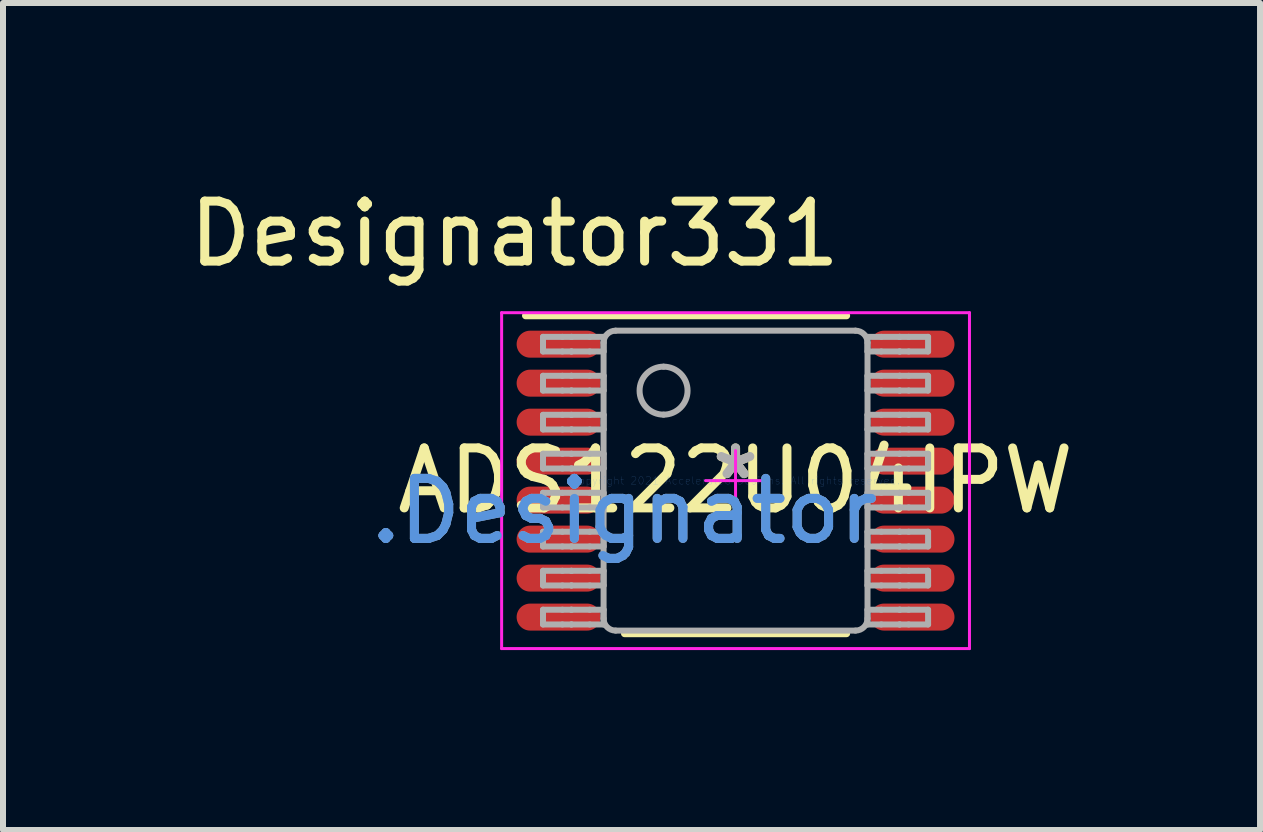
<source format=kicad_pcb>
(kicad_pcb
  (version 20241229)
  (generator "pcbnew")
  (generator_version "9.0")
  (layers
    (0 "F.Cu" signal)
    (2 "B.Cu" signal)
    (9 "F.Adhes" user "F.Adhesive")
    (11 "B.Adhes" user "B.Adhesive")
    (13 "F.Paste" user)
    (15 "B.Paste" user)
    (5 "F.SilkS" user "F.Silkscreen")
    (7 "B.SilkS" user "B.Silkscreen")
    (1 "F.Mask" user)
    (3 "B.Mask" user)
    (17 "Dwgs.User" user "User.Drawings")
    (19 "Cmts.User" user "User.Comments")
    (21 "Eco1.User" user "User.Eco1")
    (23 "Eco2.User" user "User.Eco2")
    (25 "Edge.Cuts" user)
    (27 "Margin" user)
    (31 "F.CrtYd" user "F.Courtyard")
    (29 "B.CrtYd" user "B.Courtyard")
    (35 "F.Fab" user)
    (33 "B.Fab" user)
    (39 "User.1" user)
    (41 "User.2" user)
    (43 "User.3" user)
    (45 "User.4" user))
  (footprint "ADS122U04IPW"
    (layer "F.Cu")
    (at 9.213 4.963)
    (property "Reference" "ADS122U04IPW" (at 0 0 0) (layer "F.SilkS") (effects (font (size 1 1) (thickness 0.15))))
    (attr through_hole)
    (fp_line (start -3.5 -2.75) (end 1.85 -2.75) (stroke (width 0.12) (type solid)) (layer "F.SilkS"))
    (fp_line (start -1.85 2.55) (end 1.85 2.55) (stroke (width 0.12) (type solid)) (layer "F.SilkS"))
    (fp_line (start -3.9 -2.8) (end 3.9 -2.8) (stroke (width 0.05) (type solid)) (layer "F.CrtYd"))
    (fp_line (start -3.9 2.8) (end -3.9 -2.8) (stroke (width 0.05) (type solid)) (layer "F.CrtYd"))
    (fp_line (start -3.9 2.8) (end 3.9 2.8) (stroke (width 0.05) (type solid)) (layer "F.CrtYd"))
    (fp_line (start -0.5 0) (end 0.5 0) (stroke (width 0.05) (type solid)) (layer "F.CrtYd"))
    (fp_line (start 0 0.5) (end 0 -0.5) (stroke (width 0.05) (type solid)) (layer "F.CrtYd"))
    (fp_line (start 3.9 2.8) (end 3.9 -2.8) (stroke (width 0.05) (type solid)) (layer "F.CrtYd"))
    (fp_line (start -3.21 -2.397) (end -2.887 -2.397) (stroke (width 0.1) (type solid)) (layer "F.Fab"))
    (fp_line (start -3.21 -2.153) (end -3.21 -2.397) (stroke (width 0.1) (type solid)) (layer "F.Fab"))
    (fp_line (start -3.21 -2.153) (end -2.887 -2.153) (stroke (width 0.1) (type solid)) (layer "F.Fab"))
    (fp_line (start -3.21 -1.748) (end -2.887 -1.748) (stroke (width 0.1) (type solid)) (layer "F.Fab"))
    (fp_line (start -3.21 -1.502) (end -3.21 -1.748) (stroke (width 0.1) (type solid)) (layer "F.Fab"))
    (fp_line (start -3.21 -1.502) (end -2.887 -1.502) (stroke (width 0.1) (type solid)) (layer "F.Fab"))
    (fp_line (start -3.21 -1.097) (end -2.887 -1.097) (stroke (width 0.1) (type solid)) (layer "F.Fab"))
    (fp_line (start -3.21 -0.853) (end -3.21 -1.097) (stroke (width 0.1) (type solid)) (layer "F.Fab"))
    (fp_line (start -3.21 -0.853) (end -2.887 -0.853) (stroke (width 0.1) (type solid)) (layer "F.Fab"))
    (fp_line (start -3.21 -0.448) (end -2.887 -0.448) (stroke (width 0.1) (type solid)) (layer "F.Fab"))
    (fp_line (start -3.21 -0.202) (end -3.21 -0.448) (stroke (width 0.1) (type solid)) (layer "F.Fab"))
    (fp_line (start -3.21 -0.202) (end -2.887 -0.202) (stroke (width 0.1) (type solid)) (layer "F.Fab"))
    (fp_line (start -3.21 0.203) (end -2.887 0.203) (stroke (width 0.1) (type solid)) (layer "F.Fab"))
    (fp_line (start -3.21 0.447) (end -3.21 0.203) (stroke (width 0.1) (type solid)) (layer "F.Fab"))
    (fp_line (start -3.21 0.447) (end -2.887 0.447) (stroke (width 0.1) (type solid)) (layer "F.Fab"))
    (fp_line (start -3.21 0.852) (end -2.887 0.852) (stroke (width 0.1) (type solid)) (layer "F.Fab"))
    (fp_line (start -3.21 1.098) (end -3.21 0.852) (stroke (width 0.1) (type solid)) (layer "F.Fab"))
    (fp_line (start -3.21 1.098) (end -2.887 1.098) (stroke (width 0.1) (type solid)) (layer "F.Fab"))
    (fp_line (start -3.21 1.503) (end -2.887 1.503) (stroke (width 0.1) (type solid)) (layer "F.Fab"))
    (fp_line (start -3.21 1.748) (end -3.21 1.503) (stroke (width 0.1) (type solid)) (layer "F.Fab"))
    (fp_line (start -3.21 1.748) (end -2.887 1.748) (stroke (width 0.1) (type solid)) (layer "F.Fab"))
    (fp_line (start -3.21 2.152) (end -2.887 2.152) (stroke (width 0.1) (type solid)) (layer "F.Fab"))
    (fp_line (start -3.21 2.398) (end -3.21 2.152) (stroke (width 0.1) (type solid)) (layer "F.Fab"))
    (fp_line (start -3.21 2.398) (end -2.887 2.398) (stroke (width 0.1) (type solid)) (layer "F.Fab"))
    (fp_line (start -2.887 -2.397) (end -2.739 -2.397) (stroke (width 0.1) (type solid)) (layer "F.Fab"))
    (fp_line (start -2.887 -2.153) (end -2.739 -2.153) (stroke (width 0.1) (type solid)) (layer "F.Fab"))
    (fp_line (start -2.887 -1.748) (end -2.739 -1.748) (stroke (width 0.1) (type solid)) (layer "F.Fab"))
    (fp_line (start -2.887 -1.502) (end -2.739 -1.502) (stroke (width 0.1) (type solid)) (layer "F.Fab"))
    (fp_line (start -2.887 -1.097) (end -2.739 -1.097) (stroke (width 0.1) (type solid)) (layer "F.Fab"))
    (fp_line (start -2.887 -0.853) (end -2.739 -0.853) (stroke (width 0.1) (type solid)) (layer "F.Fab"))
    (fp_line (start -2.887 -0.448) (end -2.739 -0.448) (stroke (width 0.1) (type solid)) (layer "F.Fab"))
    (fp_line (start -2.887 -0.202) (end -2.739 -0.202) (stroke (width 0.1) (type solid)) (layer "F.Fab"))
    (fp_line (start -2.887 0.203) (end -2.739 0.203) (stroke (width 0.1) (type solid)) (layer "F.Fab"))
    (fp_line (start -2.887 0.447) (end -2.739 0.447) (stroke (width 0.1) (type solid)) (layer "F.Fab"))
    (fp_line (start -2.887 0.852) (end -2.739 0.852) (stroke (width 0.1) (type solid)) (layer "F.Fab"))
    (fp_line (start -2.887 1.098) (end -2.739 1.098) (stroke (width 0.1) (type solid)) (layer "F.Fab"))
    (fp_line (start -2.887 1.503) (end -2.739 1.503) (stroke (width 0.1) (type solid)) (layer "F.Fab"))
    (fp_line (start -2.887 1.748) (end -2.739 1.748) (stroke (width 0.1) (type solid)) (layer "F.Fab"))
    (fp_line (start -2.887 2.152) (end -2.739 2.152) (stroke (width 0.1) (type solid)) (layer "F.Fab"))
    (fp_line (start -2.887 2.398) (end -2.739 2.398) (stroke (width 0.1) (type solid)) (layer "F.Fab"))
    (fp_line (start -2.739 -2.397) (end -2.733 -2.397) (stroke (width 0.1) (type solid)) (layer "F.Fab"))
    (fp_line (start -2.739 -2.153) (end -2.733 -2.153) (stroke (width 0.1) (type solid)) (layer "F.Fab"))
    (fp_line (start -2.739 -1.748) (end -2.733 -1.748) (stroke (width 0.1) (type solid)) (layer "F.Fab"))
    (fp_line (start -2.739 -1.502) (end -2.733 -1.502) (stroke (width 0.1) (type solid)) (layer "F.Fab"))
    (fp_line (start -2.739 -1.097) (end -2.733 -1.097) (stroke (width 0.1) (type solid)) (layer "F.Fab"))
    (fp_line (start -2.739 -0.853) (end -2.733 -0.853) (stroke (width 0.1) (type solid)) (layer "F.Fab"))
    (fp_line (start -2.739 -0.448) (end -2.733 -0.448) (stroke (width 0.1) (type solid)) (layer "F.Fab"))
    (fp_line (start -2.739 -0.202) (end -2.733 -0.202) (stroke (width 0.1) (type solid)) (layer "F.Fab"))
    (fp_line (start -2.739 0.203) (end -2.733 0.203) (stroke (width 0.1) (type solid)) (layer "F.Fab"))
    (fp_line (start -2.739 0.447) (end -2.733 0.447) (stroke (width 0.1) (type solid)) (layer "F.Fab"))
    (fp_line (start -2.739 0.852) (end -2.733 0.852) (stroke (width 0.1) (type solid)) (layer "F.Fab"))
    (fp_line (start -2.739 1.098) (end -2.733 1.098) (stroke (width 0.1) (type solid)) (layer "F.Fab"))
    (fp_line (start -2.739 1.503) (end -2.733 1.503) (stroke (width 0.1) (type solid)) (layer "F.Fab"))
    (fp_line (start -2.739 1.748) (end -2.733 1.748) (stroke (width 0.1) (type solid)) (layer "F.Fab"))
    (fp_line (start -2.739 2.152) (end -2.733 2.152) (stroke (width 0.1) (type solid)) (layer "F.Fab"))
    (fp_line (start -2.739 2.398) (end -2.733 2.398) (stroke (width 0.1) (type solid)) (layer "F.Fab"))
    (fp_line (start -2.733 -2.397) (end -2.431 -2.397) (stroke (width 0.1) (type solid)) (layer "F.Fab"))
    (fp_line (start -2.733 -2.153) (end -2.431 -2.153) (stroke (width 0.1) (type solid)) (layer "F.Fab"))
    (fp_line (start -2.733 -1.748) (end -2.431 -1.748) (stroke (width 0.1) (type solid)) (layer "F.Fab"))
    (fp_line (start -2.733 -1.502) (end -2.431 -1.502) (stroke (width 0.1) (type solid)) (layer "F.Fab"))
    (fp_line (start -2.733 -1.097) (end -2.431 -1.097) (stroke (width 0.1) (type solid)) (layer "F.Fab"))
    (fp_line (start -2.733 -0.853) (end -2.431 -0.853) (stroke (width 0.1) (type solid)) (layer "F.Fab"))
    (fp_line (start -2.733 -0.448) (end -2.431 -0.448) (stroke (width 0.1) (type solid)) (layer "F.Fab"))
    (fp_line (start -2.733 -0.202) (end -2.431 -0.202) (stroke (width 0.1) (type solid)) (layer "F.Fab"))
    (fp_line (start -2.733 0.203) (end -2.431 0.203) (stroke (width 0.1) (type solid)) (layer "F.Fab"))
    (fp_line (start -2.733 0.447) (end -2.431 0.447) (stroke (width 0.1) (type solid)) (layer "F.Fab"))
    (fp_line (start -2.733 0.852) (end -2.431 0.852) (stroke (width 0.1) (type solid)) (layer "F.Fab"))
    (fp_line (start -2.733 1.098) (end -2.431 1.098) (stroke (width 0.1) (type solid)) (layer "F.Fab"))
    (fp_line (start -2.733 1.503) (end -2.431 1.503) (stroke (width 0.1) (type solid)) (layer "F.Fab"))
    (fp_line (start -2.733 1.748) (end -2.431 1.748) (stroke (width 0.1) (type solid)) (layer "F.Fab"))
    (fp_line (start -2.733 2.152) (end -2.431 2.152) (stroke (width 0.1) (type solid)) (layer "F.Fab"))
    (fp_line (start -2.733 2.398) (end -2.431 2.398) (stroke (width 0.1) (type solid)) (layer "F.Fab"))
    (fp_line (start -2.431 -2.397) (end -2.2 -2.397) (stroke (width 0.1) (type solid)) (layer "F.Fab"))
    (fp_line (start -2.431 -2.153) (end -2.2 -2.153) (stroke (width 0.1) (type solid)) (layer "F.Fab"))
    (fp_line (start -2.431 -1.748) (end -2.2 -1.748) (stroke (width 0.1) (type solid)) (layer "F.Fab"))
    (fp_line (start -2.431 -1.502) (end -2.2 -1.502) (stroke (width 0.1) (type solid)) (layer "F.Fab"))
    (fp_line (start -2.431 -1.097) (end -2.2 -1.097) (stroke (width 0.1) (type solid)) (layer "F.Fab"))
    (fp_line (start -2.431 -0.853) (end -2.2 -0.853) (stroke (width 0.1) (type solid)) (layer "F.Fab"))
    (fp_line (start -2.431 -0.448) (end -2.2 -0.448) (stroke (width 0.1) (type solid)) (layer "F.Fab"))
    (fp_line (start -2.431 -0.202) (end -2.2 -0.202) (stroke (width 0.1) (type solid)) (layer "F.Fab"))
    (fp_line (start -2.431 0.203) (end -2.2 0.203) (stroke (width 0.1) (type solid)) (layer "F.Fab"))
    (fp_line (start -2.431 0.447) (end -2.2 0.447) (stroke (width 0.1) (type solid)) (layer "F.Fab"))
    (fp_line (start -2.431 0.852) (end -2.2 0.852) (stroke (width 0.1) (type solid)) (layer "F.Fab"))
    (fp_line (start -2.431 1.098) (end -2.2 1.098) (stroke (width 0.1) (type solid)) (layer "F.Fab"))
    (fp_line (start -2.431 1.503) (end -2.2 1.503) (stroke (width 0.1) (type solid)) (layer "F.Fab"))
    (fp_line (start -2.431 1.748) (end -2.2 1.748) (stroke (width 0.1) (type solid)) (layer "F.Fab"))
    (fp_line (start -2.431 2.152) (end -2.2 2.152) (stroke (width 0.1) (type solid)) (layer "F.Fab"))
    (fp_line (start -2.431 2.398) (end -2.2 2.398) (stroke (width 0.1) (type solid)) (layer "F.Fab"))
    (fp_line (start -2.2 -2.153) (end -2.2 -2.397) (stroke (width 0.1) (type solid)) (layer "F.Fab"))
    (fp_line (start -2.2 -1.502) (end -2.2 -1.748) (stroke (width 0.1) (type solid)) (layer "F.Fab"))
    (fp_line (start -2.2 -0.853) (end -2.2 -1.097) (stroke (width 0.1) (type solid)) (layer "F.Fab"))
    (fp_line (start -2.2 -0.202) (end -2.2 -0.448) (stroke (width 0.1) (type solid)) (layer "F.Fab"))
    (fp_line (start -2.2 0.447) (end -2.2 0.203) (stroke (width 0.1) (type solid)) (layer "F.Fab"))
    (fp_line (start -2.2 1.098) (end -2.2 0.852) (stroke (width 0.1) (type solid)) (layer "F.Fab"))
    (fp_line (start -2.2 1.748) (end -2.2 1.503) (stroke (width 0.1) (type solid)) (layer "F.Fab"))
    (fp_line (start -2.2 2.3) (end -2.2 -2.3) (stroke (width 0.1) (type solid)) (layer "F.Fab"))
    (fp_line (start -2.2 2.398) (end -2.2 2.152) (stroke (width 0.1) (type solid)) (layer "F.Fab"))
    (fp_line (start -2 -2.5) (end 2 -2.5) (stroke (width 0.1) (type solid)) (layer "F.Fab"))
    (fp_line (start -2 2.5) (end 2 2.5) (stroke (width 0.1) (type solid)) (layer "F.Fab"))
    (fp_line (start 2.2 -2.397) (end 2.43 -2.397) (stroke (width 0.1) (type solid)) (layer "F.Fab"))
    (fp_line (start 2.2 -2.153) (end 2.2 -2.397) (stroke (width 0.1) (type solid)) (layer "F.Fab"))
    (fp_line (start 2.2 -2.153) (end 2.43 -2.153) (stroke (width 0.1) (type solid)) (layer "F.Fab"))
    (fp_line (start 2.2 -1.748) (end 2.43 -1.748) (stroke (width 0.1) (type solid)) (layer "F.Fab"))
    (fp_line (start 2.2 -1.502) (end 2.2 -1.748) (stroke (width 0.1) (type solid)) (layer "F.Fab"))
    (fp_line (start 2.2 -1.502) (end 2.43 -1.502) (stroke (width 0.1) (type solid)) (layer "F.Fab"))
    (fp_line (start 2.2 -1.097) (end 2.43 -1.097) (stroke (width 0.1) (type solid)) (layer "F.Fab"))
    (fp_line (start 2.2 -0.853) (end 2.2 -1.097) (stroke (width 0.1) (type solid)) (layer "F.Fab"))
    (fp_line (start 2.2 -0.853) (end 2.43 -0.853) (stroke (width 0.1) (type solid)) (layer "F.Fab"))
    (fp_line (start 2.2 -0.448) (end 2.43 -0.448) (stroke (width 0.1) (type solid)) (layer "F.Fab"))
    (fp_line (start 2.2 -0.202) (end 2.2 -0.448) (stroke (width 0.1) (type solid)) (layer "F.Fab"))
    (fp_line (start 2.2 -0.202) (end 2.43 -0.202) (stroke (width 0.1) (type solid)) (layer "F.Fab"))
    (fp_line (start 2.2 0.203) (end 2.43 0.203) (stroke (width 0.1) (type solid)) (layer "F.Fab"))
    (fp_line (start 2.2 0.447) (end 2.2 0.203) (stroke (width 0.1) (type solid)) (layer "F.Fab"))
    (fp_line (start 2.2 0.447) (end 2.43 0.447) (stroke (width 0.1) (type solid)) (layer "F.Fab"))
    (fp_line (start 2.2 0.852) (end 2.43 0.852) (stroke (width 0.1) (type solid)) (layer "F.Fab"))
    (fp_line (start 2.2 1.098) (end 2.2 0.852) (stroke (width 0.1) (type solid)) (layer "F.Fab"))
    (fp_line (start 2.2 1.098) (end 2.43 1.098) (stroke (width 0.1) (type solid)) (layer "F.Fab"))
    (fp_line (start 2.2 1.503) (end 2.43 1.503) (stroke (width 0.1) (type solid)) (layer "F.Fab"))
    (fp_line (start 2.2 1.748) (end 2.2 1.503) (stroke (width 0.1) (type solid)) (layer "F.Fab"))
    (fp_line (start 2.2 1.748) (end 2.43 1.748) (stroke (width 0.1) (type solid)) (layer "F.Fab"))
    (fp_line (start 2.2 2.152) (end 2.43 2.152) (stroke (width 0.1) (type solid)) (layer "F.Fab"))
    (fp_line (start 2.2 2.3) (end 2.2 -2.3) (stroke (width 0.1) (type solid)) (layer "F.Fab"))
    (fp_line (start 2.2 2.398) (end 2.2 2.152) (stroke (width 0.1) (type solid)) (layer "F.Fab"))
    (fp_line (start 2.2 2.398) (end 2.43 2.398) (stroke (width 0.1) (type solid)) (layer "F.Fab"))
    (fp_line (start 2.43 -2.397) (end 2.733 -2.397) (stroke (width 0.1) (type solid)) (layer "F.Fab"))
    (fp_line (start 2.43 -2.153) (end 2.733 -2.153) (stroke (width 0.1) (type solid)) (layer "F.Fab"))
    (fp_line (start 2.43 -1.748) (end 2.733 -1.748) (stroke (width 0.1) (type solid)) (layer "F.Fab"))
    (fp_line (start 2.43 -1.502) (end 2.733 -1.502) (stroke (width 0.1) (type solid)) (layer "F.Fab"))
    (fp_line (start 2.43 -1.097) (end 2.733 -1.097) (stroke (width 0.1) (type solid)) (layer "F.Fab"))
    (fp_line (start 2.43 -0.853) (end 2.733 -0.853) (stroke (width 0.1) (type solid)) (layer "F.Fab"))
    (fp_line (start 2.43 -0.448) (end 2.733 -0.448) (stroke (width 0.1) (type solid)) (layer "F.Fab"))
    (fp_line (start 2.43 -0.202) (end 2.733 -0.202) (stroke (width 0.1) (type solid)) (layer "F.Fab"))
    (fp_line (start 2.43 0.203) (end 2.733 0.203) (stroke (width 0.1) (type solid)) (layer "F.Fab"))
    (fp_line (start 2.43 0.447) (end 2.733 0.447) (stroke (width 0.1) (type solid)) (layer "F.Fab"))
    (fp_line (start 2.43 0.852) (end 2.733 0.852) (stroke (width 0.1) (type solid)) (layer "F.Fab"))
    (fp_line (start 2.43 1.098) (end 2.733 1.098) (stroke (width 0.1) (type solid)) (layer "F.Fab"))
    (fp_line (start 2.43 1.503) (end 2.733 1.503) (stroke (width 0.1) (type solid)) (layer "F.Fab"))
    (fp_line (start 2.43 1.748) (end 2.733 1.748) (stroke (width 0.1) (type solid)) (layer "F.Fab"))
    (fp_line (start 2.43 2.152) (end 2.733 2.152) (stroke (width 0.1) (type solid)) (layer "F.Fab"))
    (fp_line (start 2.43 2.398) (end 2.733 2.398) (stroke (width 0.1) (type solid)) (layer "F.Fab"))
    (fp_line (start 2.733 -2.397) (end 2.739 -2.397) (stroke (width 0.1) (type solid)) (layer "F.Fab"))
    (fp_line (start 2.733 -2.153) (end 2.739 -2.153) (stroke (width 0.1) (type solid)) (layer "F.Fab"))
    (fp_line (start 2.733 -1.748) (end 2.739 -1.748) (stroke (width 0.1) (type solid)) (layer "F.Fab"))
    (fp_line (start 2.733 -1.502) (end 2.739 -1.502) (stroke (width 0.1) (type solid)) (layer "F.Fab"))
    (fp_line (start 2.733 -1.097) (end 2.739 -1.097) (stroke (width 0.1) (type solid)) (layer "F.Fab"))
    (fp_line (start 2.733 -0.853) (end 2.739 -0.853) (stroke (width 0.1) (type solid)) (layer "F.Fab"))
    (fp_line (start 2.733 -0.448) (end 2.739 -0.448) (stroke (width 0.1) (type solid)) (layer "F.Fab"))
    (fp_line (start 2.733 -0.202) (end 2.739 -0.202) (stroke (width 0.1) (type solid)) (layer "F.Fab"))
    (fp_line (start 2.733 0.203) (end 2.739 0.203) (stroke (width 0.1) (type solid)) (layer "F.Fab"))
    (fp_line (start 2.733 0.447) (end 2.739 0.447) (stroke (width 0.1) (type solid)) (layer "F.Fab"))
    (fp_line (start 2.733 0.852) (end 2.739 0.852) (stroke (width 0.1) (type solid)) (layer "F.Fab"))
    (fp_line (start 2.733 1.098) (end 2.739 1.098) (stroke (width 0.1) (type solid)) (layer "F.Fab"))
    (fp_line (start 2.733 1.503) (end 2.739 1.503) (stroke (width 0.1) (type solid)) (layer "F.Fab"))
    (fp_line (start 2.733 1.748) (end 2.739 1.748) (stroke (width 0.1) (type solid)) (layer "F.Fab"))
    (fp_line (start 2.733 2.152) (end 2.739 2.152) (stroke (width 0.1) (type solid)) (layer "F.Fab"))
    (fp_line (start 2.733 2.398) (end 2.739 2.398) (stroke (width 0.1) (type solid)) (layer "F.Fab"))
    (fp_line (start 2.739 -2.397) (end 2.887 -2.397) (stroke (width 0.1) (type solid)) (layer "F.Fab"))
    (fp_line (start 2.739 -2.153) (end 2.887 -2.153) (stroke (width 0.1) (type solid)) (layer "F.Fab"))
    (fp_line (start 2.739 -1.748) (end 2.887 -1.748) (stroke (width 0.1) (type solid)) (layer "F.Fab"))
    (fp_line (start 2.739 -1.502) (end 2.887 -1.502) (stroke (width 0.1) (type solid)) (layer "F.Fab"))
    (fp_line (start 2.739 -1.097) (end 2.887 -1.097) (stroke (width 0.1) (type solid)) (layer "F.Fab"))
    (fp_line (start 2.739 -0.853) (end 2.887 -0.853) (stroke (width 0.1) (type solid)) (layer "F.Fab"))
    (fp_line (start 2.739 -0.448) (end 2.887 -0.448) (stroke (width 0.1) (type solid)) (layer "F.Fab"))
    (fp_line (start 2.739 -0.202) (end 2.887 -0.202) (stroke (width 0.1) (type solid)) (layer "F.Fab"))
    (fp_line (start 2.739 0.203) (end 2.887 0.203) (stroke (width 0.1) (type solid)) (layer "F.Fab"))
    (fp_line (start 2.739 0.447) (end 2.887 0.447) (stroke (width 0.1) (type solid)) (layer "F.Fab"))
    (fp_line (start 2.739 0.852) (end 2.887 0.852) (stroke (width 0.1) (type solid)) (layer "F.Fab"))
    (fp_line (start 2.739 1.098) (end 2.887 1.098) (stroke (width 0.1) (type solid)) (layer "F.Fab"))
    (fp_line (start 2.739 1.503) (end 2.887 1.503) (stroke (width 0.1) (type solid)) (layer "F.Fab"))
    (fp_line (start 2.739 1.748) (end 2.887 1.748) (stroke (width 0.1) (type solid)) (layer "F.Fab"))
    (fp_line (start 2.739 2.152) (end 2.887 2.152) (stroke (width 0.1) (type solid)) (layer "F.Fab"))
    (fp_line (start 2.739 2.398) (end 2.887 2.398) (stroke (width 0.1) (type solid)) (layer "F.Fab"))
    (fp_line (start 2.887 -2.397) (end 3.21 -2.397) (stroke (width 0.1) (type solid)) (layer "F.Fab"))
    (fp_line (start 2.887 -2.153) (end 3.21 -2.153) (stroke (width 0.1) (type solid)) (layer "F.Fab"))
    (fp_line (start 2.887 -1.748) (end 3.21 -1.748) (stroke (width 0.1) (type solid)) (layer "F.Fab"))
    (fp_line (start 2.887 -1.502) (end 3.21 -1.502) (stroke (width 0.1) (type solid)) (layer "F.Fab"))
    (fp_line (start 2.887 -1.097) (end 3.21 -1.097) (stroke (width 0.1) (type solid)) (layer "F.Fab"))
    (fp_line (start 2.887 -0.853) (end 3.21 -0.853) (stroke (width 0.1) (type solid)) (layer "F.Fab"))
    (fp_line (start 2.887 -0.448) (end 3.21 -0.448) (stroke (width 0.1) (type solid)) (layer "F.Fab"))
    (fp_line (start 2.887 -0.202) (end 3.21 -0.202) (stroke (width 0.1) (type solid)) (layer "F.Fab"))
    (fp_line (start 2.887 0.203) (end 3.21 0.203) (stroke (width 0.1) (type solid)) (layer "F.Fab"))
    (fp_line (start 2.887 0.447) (end 3.21 0.447) (stroke (width 0.1) (type solid)) (layer "F.Fab"))
    (fp_line (start 2.887 0.852) (end 3.21 0.852) (stroke (width 0.1) (type solid)) (layer "F.Fab"))
    (fp_line (start 2.887 1.098) (end 3.21 1.098) (stroke (width 0.1) (type solid)) (layer "F.Fab"))
    (fp_line (start 2.887 1.503) (end 3.21 1.503) (stroke (width 0.1) (type solid)) (layer "F.Fab"))
    (fp_line (start 2.887 1.748) (end 3.21 1.748) (stroke (width 0.1) (type solid)) (layer "F.Fab"))
    (fp_line (start 2.887 2.152) (end 3.21 2.152) (stroke (width 0.1) (type solid)) (layer "F.Fab"))
    (fp_line (start 2.887 2.398) (end 3.21 2.398) (stroke (width 0.1) (type solid)) (layer "F.Fab"))
    (fp_line (start 3.21 -2.153) (end 3.21 -2.397) (stroke (width 0.1) (type solid)) (layer "F.Fab"))
    (fp_line (start 3.21 -1.502) (end 3.21 -1.748) (stroke (width 0.1) (type solid)) (layer "F.Fab"))
    (fp_line (start 3.21 -0.853) (end 3.21 -1.097) (stroke (width 0.1) (type solid)) (layer "F.Fab"))
    (fp_line (start 3.21 -0.202) (end 3.21 -0.448) (stroke (width 0.1) (type solid)) (layer "F.Fab"))
    (fp_line (start 3.21 0.447) (end 3.21 0.203) (stroke (width 0.1) (type solid)) (layer "F.Fab"))
    (fp_line (start 3.21 1.098) (end 3.21 0.852) (stroke (width 0.1) (type solid)) (layer "F.Fab"))
    (fp_line (start 3.21 1.748) (end 3.21 1.503) (stroke (width 0.1) (type solid)) (layer "F.Fab"))
    (fp_line (start 3.21 2.398) (end 3.21 2.152) (stroke (width 0.1) (type solid)) (layer "F.Fab"))
    (fp_arc (start -2.200001 -2.3) (mid -2.141422 -2.441421) (end -2.000001 -2.5) (stroke (width 0.1) (type solid)) (layer "F.Fab"))
    (fp_arc (start -2.000001 2.500016) (mid -2.141422 2.441437) (end -2.200001 2.300016) (stroke (width 0.1) (type solid)) (layer "F.Fab"))
    (fp_arc (start -1.200003 -1.900001) (mid -0.800004 -1.500002) (end -1.200003 -1.100003) (stroke (width 0.1) (type solid)) (layer "F.Fab"))
    (fp_arc (start -1.200003 -1.100003) (mid -1.600002 -1.500002) (end -1.200003 -1.900001) (stroke (width 0.1) (type solid)) (layer "F.Fab"))
    (fp_arc (start 1.999991 -2.499999) (mid 2.141412 -2.441421) (end 2.19999 -2.3) (stroke (width 0.1) (type solid)) (layer "F.Fab"))
    (fp_arc (start 2.19999 2.300016) (mid 2.141412 2.441437) (end 1.999991 2.500015) (stroke (width 0.1) (type solid)) (layer "F.Fab"))
    (fp_text user "*" (at 0 0 0) (layer "F.SilkS") (effects (font (size 1 1) (thickness 0.15))))
    (fp_text user "Designator331" (at -3.683 -4.115 0) (layer "F.SilkS") (effects (font (size 1 1) (thickness 0.15))))
    (fp_text user "Copyright 2021 Accelerated Designs. All rights reserved." (at 0 0 0) (layer "Cmts.User") (effects (font (size 0.127 0.127) (thickness 0.002))))
    (fp_text user ".Designator" (at -1.854 0.508 0) (layer "Cmts.User") (effects (font (size 1 1) (thickness 0.15))))
    (fp_text user ".Designator" (at -1.854 0.508 0) (layer "F.Fab") (effects (font (size 1 1) (thickness 0.15))))
    (fp_text user "*" (at 0 0 0) (layer "F.Fab") (effects (font (size 1 1) (thickness 0.15))))
    (pad "1" smd oval (at -2.95 -2.275 90) (size 0.45 1.4) (layers "F.Cu" "F.Mask" "F.Paste"))
    (pad "2" smd oval (at -2.95 -1.625 90) (size 0.45 1.4) (layers "F.Cu" "F.Mask" "F.Paste"))
    (pad "3" smd oval (at -2.95 -0.975 90) (size 0.45 1.4) (layers "F.Cu" "F.Mask" "F.Paste"))
    (pad "4" smd oval (at -2.95 -0.325 90) (size 0.45 1.4) (layers "F.Cu" "F.Mask" "F.Paste"))
    (pad "5" smd oval (at -2.95 0.325 90) (size 0.45 1.4) (layers "F.Cu" "F.Mask" "F.Paste"))
    (pad "6" smd oval (at -2.95 0.975 90) (size 0.45 1.4) (layers "F.Cu" "F.Mask" "F.Paste"))
    (pad "7" smd oval (at -2.95 1.625 90) (size 0.45 1.4) (layers "F.Cu" "F.Mask" "F.Paste"))
    (pad "8" smd oval (at -2.95 2.275 90) (size 0.45 1.4) (layers "F.Cu" "F.Mask" "F.Paste"))
    (pad "9" smd oval (at 2.95 2.275 90) (size 0.45 1.4) (layers "F.Cu" "F.Mask" "F.Paste"))
    (pad "10" smd oval (at 2.95 1.625 90) (size 0.45 1.4) (layers "F.Cu" "F.Mask" "F.Paste"))
    (pad "11" smd oval (at 2.95 0.975 90) (size 0.45 1.4) (layers "F.Cu" "F.Mask" "F.Paste"))
    (pad "12" smd oval (at 2.95 0.325 90) (size 0.45 1.4) (layers "F.Cu" "F.Mask" "F.Paste"))
    (pad "13" smd oval (at 2.95 -0.325 90) (size 0.45 1.4) (layers "F.Cu" "F.Mask" "F.Paste"))
    (pad "14" smd oval (at 2.95 -0.975 90) (size 0.45 1.4) (layers "F.Cu" "F.Mask" "F.Paste"))
    (pad "15" smd oval (at 2.95 -1.625 90) (size 0.45 1.4) (layers "F.Cu" "F.Mask" "F.Paste"))
    (pad "16" smd oval (at 2.95 -2.275 90) (size 0.45 1.4) (layers "F.Cu" "F.Mask" "F.Paste")))
  (gr_rect
    (start -3 -3)
    (end 17.957 10.788)
    (stroke (width 0.1) (type default))
    (fill no)
    (layer "Edge.Cuts")))
</source>
